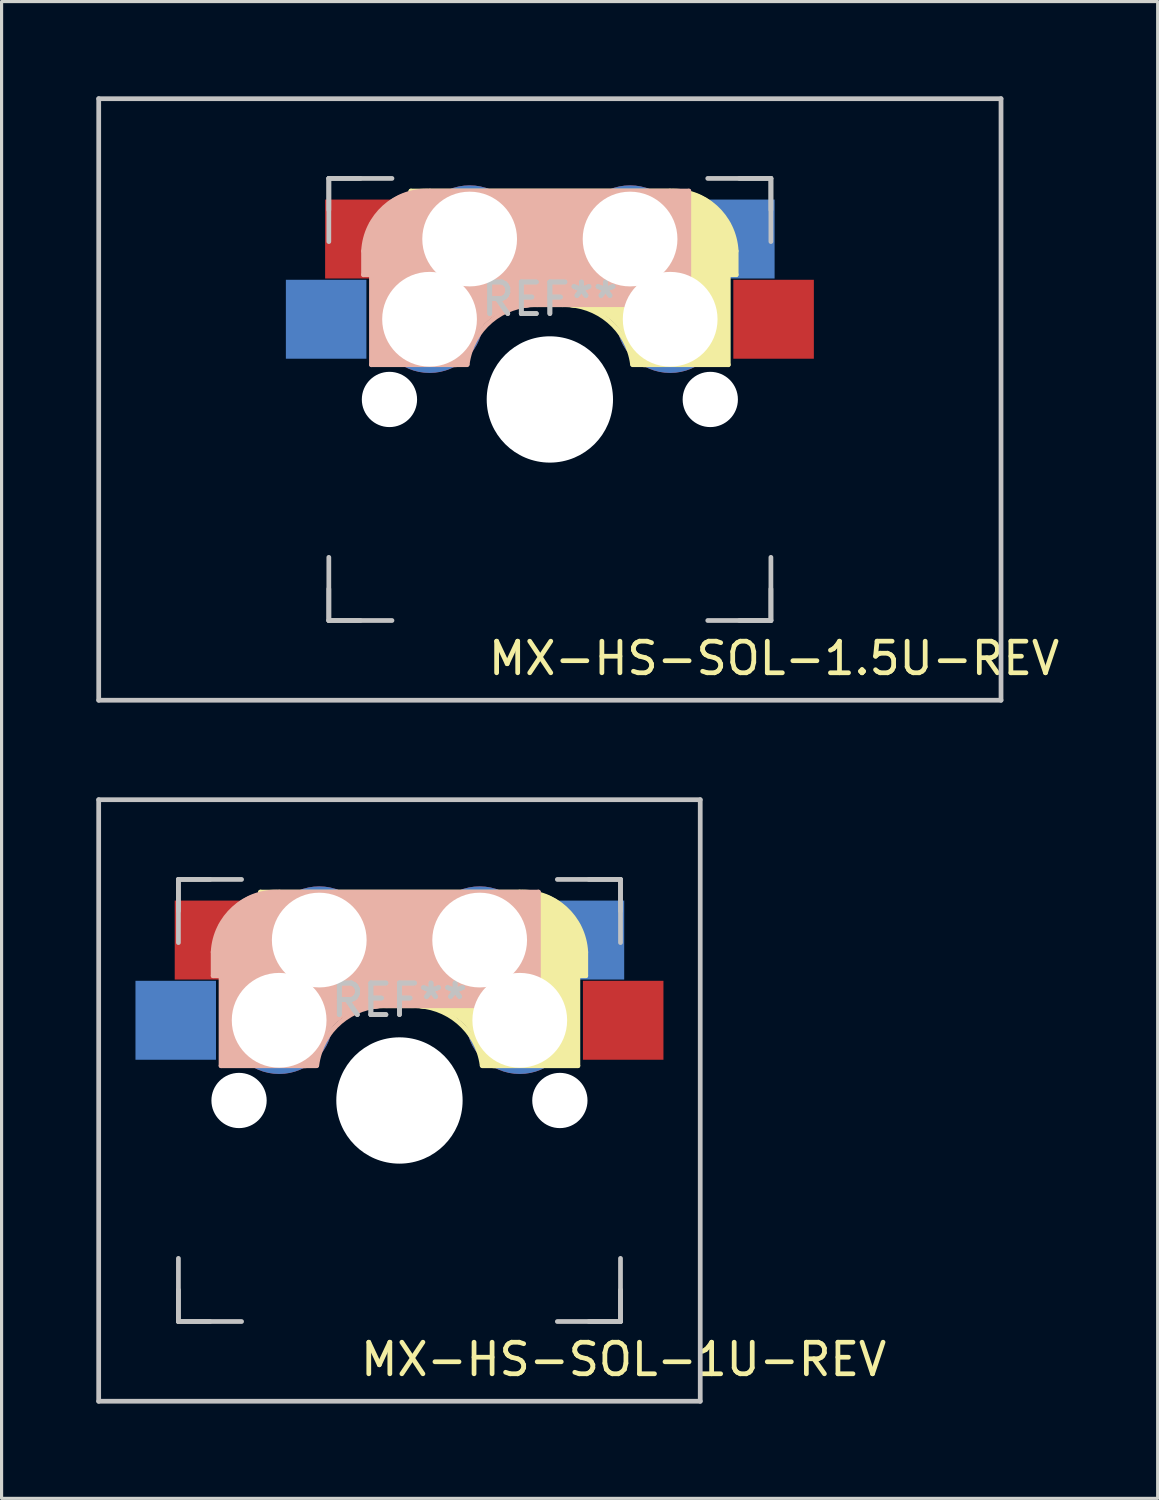
<source format=kicad_pcb>
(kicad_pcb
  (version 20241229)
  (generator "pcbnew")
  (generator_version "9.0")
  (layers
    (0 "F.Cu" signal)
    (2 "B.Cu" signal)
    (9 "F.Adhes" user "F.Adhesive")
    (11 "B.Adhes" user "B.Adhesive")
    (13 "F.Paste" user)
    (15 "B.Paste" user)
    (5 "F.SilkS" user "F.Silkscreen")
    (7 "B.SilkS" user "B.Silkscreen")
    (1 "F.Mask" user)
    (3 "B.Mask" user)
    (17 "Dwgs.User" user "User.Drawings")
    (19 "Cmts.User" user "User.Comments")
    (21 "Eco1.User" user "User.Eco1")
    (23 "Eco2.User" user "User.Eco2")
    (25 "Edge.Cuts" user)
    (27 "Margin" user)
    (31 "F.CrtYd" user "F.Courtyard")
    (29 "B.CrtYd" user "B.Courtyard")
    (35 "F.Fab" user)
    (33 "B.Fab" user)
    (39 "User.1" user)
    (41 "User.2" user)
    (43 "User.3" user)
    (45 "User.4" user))
  (footprint "MX-HS-SOL-1U-REV"
    (layer "F.Cu")
    (at 9.6 31.8)
    (property "Reference" "MX-HS-SOL-1U-REV" (at 7.1 8.2 0) (layer "F.SilkS") (effects (font (size 1 1) (thickness 0.15))))
    (attr through_hole)
    (fp_line (start -4.4 -6.6) (end 3.8 -6.6) (stroke (width 0.15) (type solid)) (layer "F.SilkS"))
    (fp_line (start -4.4 -3) (end -4.4 -6.6) (stroke (width 0.15) (type solid)) (layer "F.SilkS"))
    (fp_line (start -4.38 -4) (end -4.38 -6.25) (stroke (width 0.15) (type solid)) (layer "F.SilkS"))
    (fp_line (start -4.25 -6.4) (end -3 -6.4) (stroke (width 0.4) (type solid)) (layer "F.SilkS"))
    (fp_line (start -4.2 -3.25) (end -2.9 -3.3) (stroke (width 0.5) (type solid)) (layer "F.SilkS"))
    (fp_line (start -3.9 -6) (end -3.9 -3.5) (stroke (width 1) (type solid)) (layer "F.SilkS"))
    (fp_line (start -2.6 -4.8) (end 4.1 -4.8) (stroke (width 3.5) (type solid)) (layer "F.SilkS"))
    (fp_line (start 0.4 -3) (end -4.4 -3) (stroke (width 0.15) (type solid)) (layer "F.SilkS"))
    (fp_line (start 4.17 -5.1) (end 4.17 -2.86) (stroke (width 3) (type solid)) (layer "F.SilkS"))
    (fp_line (start 5.3 -1.6) (end 5.3 -3.4) (stroke (width 0.8) (type solid)) (layer "F.SilkS"))
    (fp_line (start 5.45 -1.3) (end 3 -1.3) (stroke (width 0.5) (type solid)) (layer "F.SilkS"))
    (fp_line (start 5.65 -5.55) (end 5.65 -1.1) (stroke (width 0.15) (type solid)) (layer "F.SilkS"))
    (fp_line (start 5.65 -1.1) (end 2.62 -1.1) (stroke (width 0.15) (type solid)) (layer "F.SilkS"))
    (fp_line (start 5.8 -4.05) (end 5.8 -4.7) (stroke (width 0.3) (type solid)) (layer "F.SilkS"))
    (fp_line (start 5.9 -4.7) (end 5.9 -3.95) (stroke (width 0.15) (type solid)) (layer "F.SilkS"))
    (fp_line (start 5.9 -3.95) (end 5.7 -3.95) (stroke (width 0.15) (type solid)) (layer "F.SilkS"))
    (fp_arc (start 0.4 -3) (mid 1.868709 -2.486118) (end 2.616318 -1.121471) (stroke (width 0.15) (type solid)) (layer "F.SilkS"))
    (fp_arc (start 0.8 -3.4) (mid 2.268709 -2.886118) (end 3.016318 -1.521471) (stroke (width 1) (type solid)) (layer "F.SilkS"))
    (fp_arc (start 3.800001 -6.6) (mid 5.243504 -6.084924) (end 5.9 -4.699999) (stroke (width 0.15) (type solid)) (layer "F.SilkS"))
    (fp_line (start -5.9 -4.7) (end -5.9 -3.95) (stroke (width 0.15) (type solid)) (layer "B.SilkS"))
    (fp_line (start -5.9 -3.95) (end -5.7 -3.95) (stroke (width 0.15) (type solid)) (layer "B.SilkS"))
    (fp_line (start -5.8 -4.05) (end -5.8 -4.7) (stroke (width 0.3) (type solid)) (layer "B.SilkS"))
    (fp_line (start -5.65 -5.55) (end -5.65 -1.1) (stroke (width 0.15) (type solid)) (layer "B.SilkS"))
    (fp_line (start -5.65 -1.1) (end -2.62 -1.1) (stroke (width 0.15) (type solid)) (layer "B.SilkS"))
    (fp_line (start -5.45 -1.3) (end -3 -1.3) (stroke (width 0.5) (type solid)) (layer "B.SilkS"))
    (fp_line (start -5.3 -1.6) (end -5.3 -3.4) (stroke (width 0.8) (type solid)) (layer "B.SilkS"))
    (fp_line (start -4.17 -5.1) (end -4.17 -2.86) (stroke (width 3) (type solid)) (layer "B.SilkS"))
    (fp_line (start -0.4 -3) (end 4.4 -3) (stroke (width 0.15) (type solid)) (layer "B.SilkS"))
    (fp_line (start 2.6 -4.8) (end -4.1 -4.8) (stroke (width 3.5) (type solid)) (layer "B.SilkS"))
    (fp_line (start 3.9 -6) (end 3.9 -3.5) (stroke (width 1) (type solid)) (layer "B.SilkS"))
    (fp_line (start 4.2 -3.25) (end 2.9 -3.3) (stroke (width 0.5) (type solid)) (layer "B.SilkS"))
    (fp_line (start 4.25 -6.4) (end 3 -6.4) (stroke (width 0.4) (type solid)) (layer "B.SilkS"))
    (fp_line (start 4.38 -4) (end 4.38 -6.25) (stroke (width 0.15) (type solid)) (layer "B.SilkS"))
    (fp_line (start 4.4 -6.6) (end -3.8 -6.6) (stroke (width 0.15) (type solid)) (layer "B.SilkS"))
    (fp_line (start 4.4 -3) (end 4.4 -6.6) (stroke (width 0.15) (type solid)) (layer "B.SilkS"))
    (fp_arc (start -5.9 -4.699999) (mid -5.243504 -6.084924) (end -3.800001 -6.6) (stroke (width 0.15) (type solid)) (layer "B.SilkS"))
    (fp_arc (start -3.016318 -1.521471) (mid -2.268709 -2.886118) (end -0.8 -3.4) (stroke (width 1) (type solid)) (layer "B.SilkS"))
    (fp_arc (start -2.616318 -1.121471) (mid -1.868709 -2.486118) (end -0.4 -3) (stroke (width 0.15) (type solid)) (layer "B.SilkS"))
    (fp_line (start -9.525 -9.525) (end 9.525 -9.525) (stroke (width 0.15) (type solid)) (layer "Dwgs.User"))
    (fp_line (start -9.525 9.525) (end -9.525 -9.525) (stroke (width 0.15) (type solid)) (layer "Dwgs.User"))
    (fp_line (start -7 -7) (end -7 -5) (stroke (width 0.15) (type solid)) (layer "Dwgs.User"))
    (fp_line (start -7 -7) (end -6 -7) (stroke (width 0.15) (type solid)) (layer "Dwgs.User"))
    (fp_line (start -7 -6) (end -7 -7) (stroke (width 0.15) (type solid)) (layer "Dwgs.User"))
    (fp_line (start -7 6) (end -7 7) (stroke (width 0.15) (type solid)) (layer "Dwgs.User"))
    (fp_line (start -7 7) (end -7 5) (stroke (width 0.15) (type solid)) (layer "Dwgs.User"))
    (fp_line (start -7 7) (end -6 7) (stroke (width 0.15) (type solid)) (layer "Dwgs.User"))
    (fp_line (start -5 -7) (end -7 -7) (stroke (width 0.15) (type solid)) (layer "Dwgs.User"))
    (fp_line (start -5 7) (end -7 7) (stroke (width 0.15) (type solid)) (layer "Dwgs.User"))
    (fp_line (start 5 7) (end 7 7) (stroke (width 0.15) (type solid)) (layer "Dwgs.User"))
    (fp_line (start 6 7) (end 7 7) (stroke (width 0.15) (type solid)) (layer "Dwgs.User"))
    (fp_line (start 7 -7) (end 5 -7) (stroke (width 0.15) (type solid)) (layer "Dwgs.User"))
    (fp_line (start 7 -7) (end 6 -7) (stroke (width 0.15) (type solid)) (layer "Dwgs.User"))
    (fp_line (start 7 -7) (end 7 -6) (stroke (width 0.15) (type solid)) (layer "Dwgs.User"))
    (fp_line (start 7 -5) (end 7 -7) (stroke (width 0.15) (type solid)) (layer "Dwgs.User"))
    (fp_line (start 7 7) (end 7 5) (stroke (width 0.15) (type solid)) (layer "Dwgs.User"))
    (fp_line (start 7 7) (end 7 6) (stroke (width 0.15) (type solid)) (layer "Dwgs.User"))
    (fp_line (start 9.525 -9.525) (end 9.525 9.525) (stroke (width 0.15) (type solid)) (layer "Dwgs.User"))
    (fp_line (start 9.525 9.525) (end -9.525 9.525) (stroke (width 0.15) (type solid)) (layer "Dwgs.User"))
    (fp_text user "REF**" (at 0 -3.175 180) (layer "Dwgs.User") (effects (font (size 1 1) (thickness 0.15))))
    (fp_text user "REF**" (at 0 -3.175 180) (layer "Dwgs.User") (effects (font (size 1 1) (thickness 0.15))))
    (pad "" np_thru_hole circle (at -5.08 0) (size 1.75 1.75) (drill 1.75) (layers "*.Cu" "*.Mask"))
    (pad "" np_thru_hole circle (at 0 0 90) (size 4 4) (drill 4) (layers "*.Cu" "*.Mask"))
    (pad "" np_thru_hole circle (at 5.08 0 228.1) (size 1.75 1.75) (drill 1.75) (layers "*.Cu" "*.Mask"))
    (pad "1" smd rect (at -7.085 -2.54 180) (size 2.55 2.5) (layers "B.Cu" "B.Mask" "B.Paste"))
    (pad "1" smd rect (at -5.842 -5.08 180) (size 2.55 2.5) (layers "F.Cu" "F.Mask" "F.Paste"))
    (pad "1" thru_hole circle (at -3.81 -2.54) (size 3.4 3.4) (drill 3) (layers "*.Cu" "*.Mask"))
    (pad "1" thru_hole circle (at -2.54 -5.08) (size 3.4 3.4) (drill 3) (layers "*.Cu" "*.Mask"))
    (pad "2" thru_hole circle (at 2.54 -5.08) (size 3.4 3.4) (drill 3) (layers "*.Cu" "*.Mask"))
    (pad "2" thru_hole circle (at 3.81 -2.54) (size 3.4 3.4) (drill 3) (layers "*.Cu" "*.Mask"))
    (pad "2" smd rect (at 5.842 -5.08 180) (size 2.55 2.5) (layers "B.Cu" "B.Mask" "B.Paste"))
    (pad "2" smd rect (at 7.085 -2.54 180) (size 2.55 2.5) (layers "F.Cu" "F.Mask" "F.Paste")))
  (footprint "MX-HS-SOL-1.5U-REV"
    (layer "F.Cu")
    (at 14.363 9.6)
    (property "Reference" "MX-HS-SOL-1.5U-REV" (at 7.1 8.2 0) (layer "F.SilkS") (effects (font (size 1 1) (thickness 0.15))))
    (attr through_hole)
    (fp_line (start -4.4 -6.6) (end 3.8 -6.6) (stroke (width 0.15) (type solid)) (layer "F.SilkS"))
    (fp_line (start -4.4 -3) (end -4.4 -6.6) (stroke (width 0.15) (type solid)) (layer "F.SilkS"))
    (fp_line (start -4.38 -4) (end -4.38 -6.25) (stroke (width 0.15) (type solid)) (layer "F.SilkS"))
    (fp_line (start -4.25 -6.4) (end -3 -6.4) (stroke (width 0.4) (type solid)) (layer "F.SilkS"))
    (fp_line (start -4.2 -3.25) (end -2.9 -3.3) (stroke (width 0.5) (type solid)) (layer "F.SilkS"))
    (fp_line (start -3.9 -6) (end -3.9 -3.5) (stroke (width 1) (type solid)) (layer "F.SilkS"))
    (fp_line (start -2.6 -4.8) (end 4.1 -4.8) (stroke (width 3.5) (type solid)) (layer "F.SilkS"))
    (fp_line (start 0.4 -3) (end -4.4 -3) (stroke (width 0.15) (type solid)) (layer "F.SilkS"))
    (fp_line (start 4.17 -5.1) (end 4.17 -2.86) (stroke (width 3) (type solid)) (layer "F.SilkS"))
    (fp_line (start 5.3 -1.6) (end 5.3 -3.4) (stroke (width 0.8) (type solid)) (layer "F.SilkS"))
    (fp_line (start 5.45 -1.3) (end 3 -1.3) (stroke (width 0.5) (type solid)) (layer "F.SilkS"))
    (fp_line (start 5.65 -5.55) (end 5.65 -1.1) (stroke (width 0.15) (type solid)) (layer "F.SilkS"))
    (fp_line (start 5.65 -1.1) (end 2.62 -1.1) (stroke (width 0.15) (type solid)) (layer "F.SilkS"))
    (fp_line (start 5.8 -4.05) (end 5.8 -4.7) (stroke (width 0.3) (type solid)) (layer "F.SilkS"))
    (fp_line (start 5.9 -4.7) (end 5.9 -3.95) (stroke (width 0.15) (type solid)) (layer "F.SilkS"))
    (fp_line (start 5.9 -3.95) (end 5.7 -3.95) (stroke (width 0.15) (type solid)) (layer "F.SilkS"))
    (fp_arc (start 0.4 -3) (mid 1.868709 -2.486118) (end 2.616318 -1.121471) (stroke (width 0.15) (type solid)) (layer "F.SilkS"))
    (fp_arc (start 0.8 -3.4) (mid 2.268709 -2.886118) (end 3.016318 -1.521471) (stroke (width 1) (type solid)) (layer "F.SilkS"))
    (fp_arc (start 3.800001 -6.6) (mid 5.243504 -6.084924) (end 5.9 -4.699999) (stroke (width 0.15) (type solid)) (layer "F.SilkS"))
    (fp_line (start -5.9 -4.7) (end -5.9 -3.95) (stroke (width 0.15) (type solid)) (layer "B.SilkS"))
    (fp_line (start -5.9 -3.95) (end -5.7 -3.95) (stroke (width 0.15) (type solid)) (layer "B.SilkS"))
    (fp_line (start -5.8 -4.05) (end -5.8 -4.7) (stroke (width 0.3) (type solid)) (layer "B.SilkS"))
    (fp_line (start -5.65 -5.55) (end -5.65 -1.1) (stroke (width 0.15) (type solid)) (layer "B.SilkS"))
    (fp_line (start -5.65 -1.1) (end -2.62 -1.1) (stroke (width 0.15) (type solid)) (layer "B.SilkS"))
    (fp_line (start -5.45 -1.3) (end -3 -1.3) (stroke (width 0.5) (type solid)) (layer "B.SilkS"))
    (fp_line (start -5.3 -1.6) (end -5.3 -3.4) (stroke (width 0.8) (type solid)) (layer "B.SilkS"))
    (fp_line (start -4.17 -5.1) (end -4.17 -2.86) (stroke (width 3) (type solid)) (layer "B.SilkS"))
    (fp_line (start -0.4 -3) (end 4.4 -3) (stroke (width 0.15) (type solid)) (layer "B.SilkS"))
    (fp_line (start 2.6 -4.8) (end -4.1 -4.8) (stroke (width 3.5) (type solid)) (layer "B.SilkS"))
    (fp_line (start 3.9 -6) (end 3.9 -3.5) (stroke (width 1) (type solid)) (layer "B.SilkS"))
    (fp_line (start 4.2 -3.25) (end 2.9 -3.3) (stroke (width 0.5) (type solid)) (layer "B.SilkS"))
    (fp_line (start 4.25 -6.4) (end 3 -6.4) (stroke (width 0.4) (type solid)) (layer "B.SilkS"))
    (fp_line (start 4.38 -4) (end 4.38 -6.25) (stroke (width 0.15) (type solid)) (layer "B.SilkS"))
    (fp_line (start 4.4 -6.6) (end -3.8 -6.6) (stroke (width 0.15) (type solid)) (layer "B.SilkS"))
    (fp_line (start 4.4 -3) (end 4.4 -6.6) (stroke (width 0.15) (type solid)) (layer "B.SilkS"))
    (fp_arc (start -5.9 -4.699999) (mid -5.243504 -6.084924) (end -3.800001 -6.6) (stroke (width 0.15) (type solid)) (layer "B.SilkS"))
    (fp_arc (start -3.016318 -1.521471) (mid -2.268709 -2.886118) (end -0.8 -3.4) (stroke (width 1) (type solid)) (layer "B.SilkS"))
    (fp_arc (start -2.616318 -1.121471) (mid -1.868709 -2.486118) (end -0.4 -3) (stroke (width 0.15) (type solid)) (layer "B.SilkS"))
    (fp_line (start -14.287 -9.525) (end 14.287 -9.525) (stroke (width 0.15) (type solid)) (layer "Dwgs.User"))
    (fp_line (start -14.287 9.525) (end -14.287 -9.525) (stroke (width 0.15) (type solid)) (layer "Dwgs.User"))
    (fp_line (start -7 -7) (end -7 -5) (stroke (width 0.15) (type solid)) (layer "Dwgs.User"))
    (fp_line (start -7 -7) (end -6 -7) (stroke (width 0.15) (type solid)) (layer "Dwgs.User"))
    (fp_line (start -7 -6) (end -7 -7) (stroke (width 0.15) (type solid)) (layer "Dwgs.User"))
    (fp_line (start -7 6) (end -7 7) (stroke (width 0.15) (type solid)) (layer "Dwgs.User"))
    (fp_line (start -7 7) (end -7 5) (stroke (width 0.15) (type solid)) (layer "Dwgs.User"))
    (fp_line (start -7 7) (end -6 7) (stroke (width 0.15) (type solid)) (layer "Dwgs.User"))
    (fp_line (start -5 -7) (end -7 -7) (stroke (width 0.15) (type solid)) (layer "Dwgs.User"))
    (fp_line (start -5 7) (end -7 7) (stroke (width 0.15) (type solid)) (layer "Dwgs.User"))
    (fp_line (start 5 7) (end 7 7) (stroke (width 0.15) (type solid)) (layer "Dwgs.User"))
    (fp_line (start 6 7) (end 7 7) (stroke (width 0.15) (type solid)) (layer "Dwgs.User"))
    (fp_line (start 7 -7) (end 5 -7) (stroke (width 0.15) (type solid)) (layer "Dwgs.User"))
    (fp_line (start 7 -7) (end 6 -7) (stroke (width 0.15) (type solid)) (layer "Dwgs.User"))
    (fp_line (start 7 -7) (end 7 -6) (stroke (width 0.15) (type solid)) (layer "Dwgs.User"))
    (fp_line (start 7 -5) (end 7 -7) (stroke (width 0.15) (type solid)) (layer "Dwgs.User"))
    (fp_line (start 7 7) (end 7 5) (stroke (width 0.15) (type solid)) (layer "Dwgs.User"))
    (fp_line (start 7 7) (end 7 6) (stroke (width 0.15) (type solid)) (layer "Dwgs.User"))
    (fp_line (start 14.287 -9.525) (end 14.287 9.525) (stroke (width 0.15) (type solid)) (layer "Dwgs.User"))
    (fp_line (start 14.287 9.525) (end -14.287 9.525) (stroke (width 0.15) (type solid)) (layer "Dwgs.User"))
    (fp_text user "REF**" (at 0 -3.175 180) (layer "Dwgs.User") (effects (font (size 1 1) (thickness 0.15))))
    (fp_text user "REF**" (at 0 -3.175 180) (layer "Dwgs.User") (effects (font (size 1 1) (thickness 0.15))))
    (pad "" np_thru_hole circle (at -5.08 0) (size 1.75 1.75) (drill 1.75) (layers "*.Cu" "*.Mask"))
    (pad "" np_thru_hole circle (at 0 0 90) (size 4 4) (drill 4) (layers "*.Cu" "*.Mask"))
    (pad "" np_thru_hole circle (at 5.08 0 228.1) (size 1.75 1.75) (drill 1.75) (layers "*.Cu" "*.Mask"))
    (pad "1" smd rect (at -7.085 -2.54 180) (size 2.55 2.5) (layers "B.Cu" "B.Mask" "B.Paste"))
    (pad "1" smd rect (at -5.842 -5.08 180) (size 2.55 2.5) (layers "F.Cu" "F.Mask" "F.Paste"))
    (pad "1" thru_hole circle (at -3.81 -2.54) (size 3.4 3.4) (drill 3) (layers "*.Cu" "*.Mask"))
    (pad "1" thru_hole circle (at -2.54 -5.08) (size 3.4 3.4) (drill 3) (layers "*.Cu" "*.Mask"))
    (pad "2" thru_hole circle (at 2.54 -5.08) (size 3.4 3.4) (drill 3) (layers "*.Cu" "*.Mask"))
    (pad "2" thru_hole circle (at 3.81 -2.54) (size 3.4 3.4) (drill 3) (layers "*.Cu" "*.Mask"))
    (pad "2" smd rect (at 5.842 -5.08 180) (size 2.55 2.5) (layers "B.Cu" "B.Mask" "B.Paste"))
    (pad "2" smd rect (at 7.085 -2.54 180) (size 2.55 2.5) (layers "F.Cu" "F.Mask" "F.Paste")))
  (gr_rect
    (start -3 -3)
    (end 33.611 44.4)
    (stroke (width 0.1) (type default))
    (fill no)
    (layer "Edge.Cuts")))
</source>
